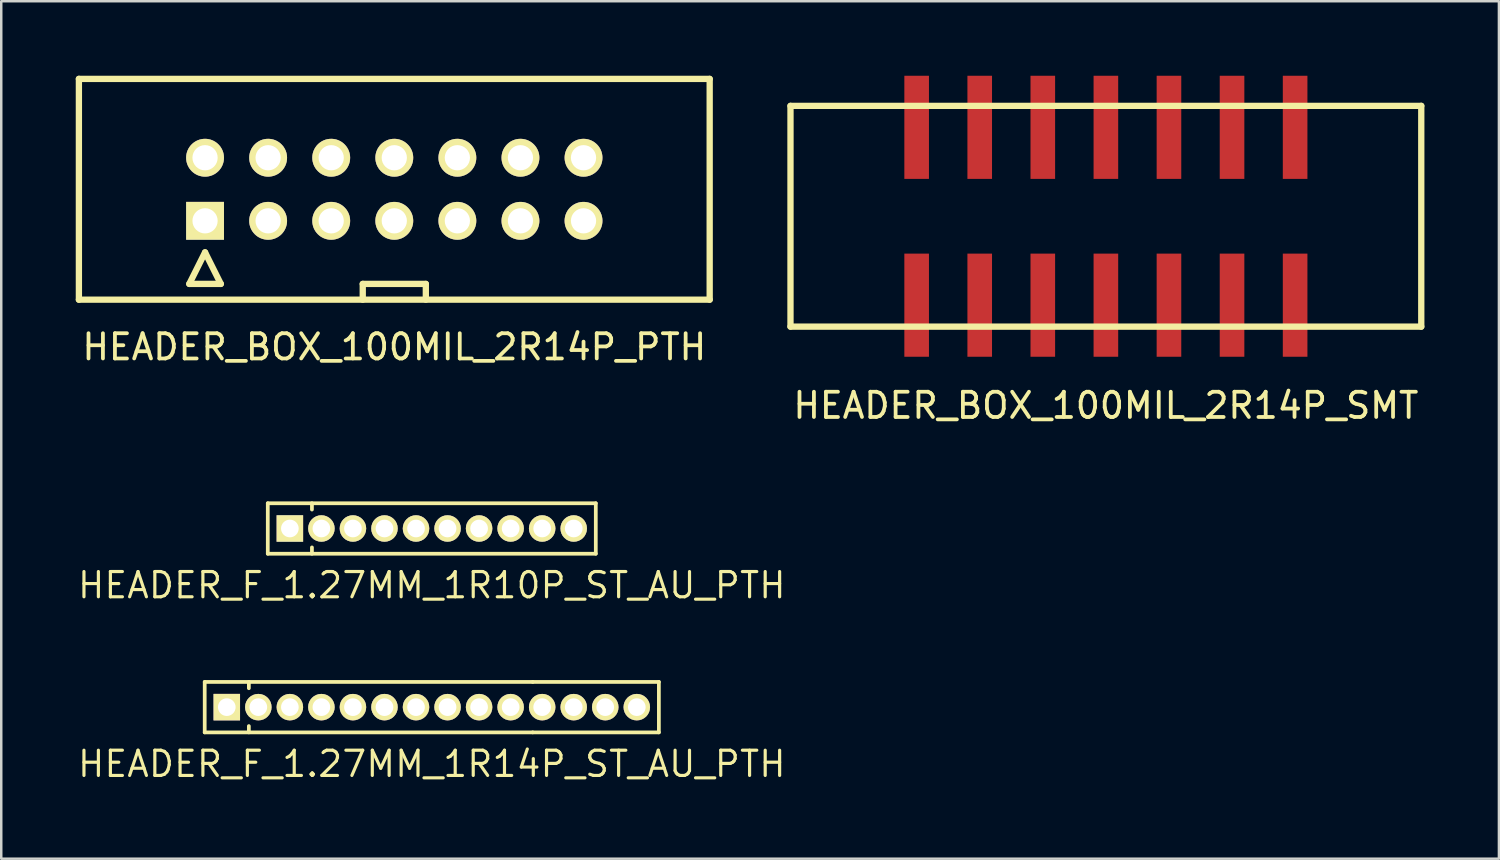
<source format=kicad_pcb>
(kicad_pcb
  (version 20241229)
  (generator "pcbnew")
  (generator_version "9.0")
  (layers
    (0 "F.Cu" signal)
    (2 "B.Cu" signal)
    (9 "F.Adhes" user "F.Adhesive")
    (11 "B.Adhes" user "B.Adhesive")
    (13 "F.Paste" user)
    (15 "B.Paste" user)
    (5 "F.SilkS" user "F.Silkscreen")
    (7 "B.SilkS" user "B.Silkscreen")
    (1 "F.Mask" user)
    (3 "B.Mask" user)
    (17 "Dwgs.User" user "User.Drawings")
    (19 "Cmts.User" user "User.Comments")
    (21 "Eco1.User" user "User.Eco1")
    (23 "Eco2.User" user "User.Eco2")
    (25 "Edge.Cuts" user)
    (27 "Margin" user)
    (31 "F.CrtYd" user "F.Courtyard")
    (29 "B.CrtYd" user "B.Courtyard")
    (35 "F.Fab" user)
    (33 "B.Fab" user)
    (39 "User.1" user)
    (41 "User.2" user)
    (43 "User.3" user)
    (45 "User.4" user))
  (footprint "HEADER_F_1.27MM_1R10P_ST_AU_PTH"
    (layer "F.Cu")
    (at 14.337 18.231)
    (property "Reference" "HEADER_F_1.27MM_1R10P_ST_AU_PTH" (at 0 2.286 0) (layer "F.SilkS") (effects (font (size 1.016 1.016) (thickness 0.127))))
    (attr through_hole)
    (fp_line (start -6.604 -1.016) (end -6.604 1.016) (stroke (width 0.15) (type solid)) (layer "F.SilkS"))
    (fp_line (start -6.604 1.016) (end 6.604 1.016) (stroke (width 0.15) (type solid)) (layer "F.SilkS"))
    (fp_line (start -4.826 -0.762) (end -4.826 -1.016) (stroke (width 0.15) (type solid)) (layer "F.SilkS"))
    (fp_line (start -4.826 0.762) (end -4.826 1.016) (stroke (width 0.15) (type solid)) (layer "F.SilkS"))
    (fp_line (start 6.604 -1.016) (end -6.604 -1.016) (stroke (width 0.15) (type solid)) (layer "F.SilkS"))
    (fp_line (start 6.604 1.016) (end 6.604 -1.016) (stroke (width 0.15) (type solid)) (layer "F.SilkS"))
    (pad "1" thru_hole rect (at -5.715 0) (size 1.067 1.067) (drill 0.711) (layers "*.Cu" "*.Mask" "F.SilkS"))
    (pad "2" thru_hole circle (at -4.445 0) (size 1.067 1.067) (drill 0.711) (layers "*.Cu" "*.Mask" "F.SilkS"))
    (pad "3" thru_hole circle (at -3.175 0) (size 1.067 1.067) (drill 0.711) (layers "*.Cu" "*.Mask" "F.SilkS"))
    (pad "4" thru_hole circle (at -1.905 0) (size 1.067 1.067) (drill 0.711) (layers "*.Cu" "*.Mask" "F.SilkS"))
    (pad "5" thru_hole circle (at -0.635 0) (size 1.067 1.067) (drill 0.711) (layers "*.Cu" "*.Mask" "F.SilkS"))
    (pad "6" thru_hole circle (at 0.635 0) (size 1.067 1.067) (drill 0.711) (layers "*.Cu" "*.Mask" "F.SilkS"))
    (pad "7" thru_hole circle (at 1.905 0) (size 1.067 1.067) (drill 0.711) (layers "*.Cu" "*.Mask" "F.SilkS"))
    (pad "8" thru_hole circle (at 3.175 0) (size 1.067 1.067) (drill 0.711) (layers "*.Cu" "*.Mask" "F.SilkS"))
    (pad "9" thru_hole circle (at 4.445 0) (size 1.067 1.067) (drill 0.711) (layers "*.Cu" "*.Mask" "F.SilkS"))
    (pad "10" thru_hole circle (at 5.715 0) (size 1.067 1.067) (drill 0.711) (layers "*.Cu" "*.Mask" "F.SilkS")))
  (footprint "HEADER_BOX_100MIL_2R14P_PTH"
    (layer "F.Cu")
    (at 12.827 4.572)
    (property "Reference" "HEADER_BOX_100MIL_2R14P_PTH" (at 0 6.35 0) (layer "F.SilkS") (effects (font (size 1.016 1.016) (thickness 0.152))))
    (attr through_hole)
    (fp_line (start -12.7 -4.445) (end -12.7 4.445) (stroke (width 0.254) (type solid)) (layer "F.SilkS"))
    (fp_line (start -12.7 4.445) (end 12.7 4.445) (stroke (width 0.254) (type solid)) (layer "F.SilkS"))
    (fp_line (start -8.255 3.81) (end -6.985 3.81) (stroke (width 0.254) (type solid)) (layer "F.SilkS"))
    (fp_line (start -7.62 2.54) (end -8.255 3.81) (stroke (width 0.254) (type solid)) (layer "F.SilkS"))
    (fp_line (start -6.985 3.81) (end -7.62 2.54) (stroke (width 0.254) (type solid)) (layer "F.SilkS"))
    (fp_line (start -1.27 3.81) (end 1.27 3.81) (stroke (width 0.254) (type solid)) (layer "F.SilkS"))
    (fp_line (start -1.27 4.445) (end -1.27 3.81) (stroke (width 0.254) (type solid)) (layer "F.SilkS"))
    (fp_line (start 1.27 3.81) (end 1.27 4.445) (stroke (width 0.254) (type solid)) (layer "F.SilkS"))
    (fp_line (start 12.7 -4.445) (end -12.7 -4.445) (stroke (width 0.254) (type solid)) (layer "F.SilkS"))
    (fp_line (start 12.7 -4.445) (end 12.7 4.445) (stroke (width 0.254) (type solid)) (layer "F.SilkS"))
    (pad "1" thru_hole rect (at -7.62 1.27) (size 1.524 1.524) (drill 1.016) (layers "*.Cu" "*.Mask" "F.SilkS"))
    (pad "2" thru_hole circle (at -7.62 -1.27) (size 1.524 1.524) (drill 1.016) (layers "*.Cu" "*.Mask" "F.SilkS"))
    (pad "3" thru_hole circle (at -5.08 1.27) (size 1.524 1.524) (drill 1.016) (layers "*.Cu" "*.Mask" "F.SilkS"))
    (pad "4" thru_hole circle (at -5.08 -1.27) (size 1.524 1.524) (drill 1.016) (layers "*.Cu" "*.Mask" "F.SilkS"))
    (pad "5" thru_hole circle (at -2.54 1.27) (size 1.524 1.524) (drill 1.016) (layers "*.Cu" "*.Mask" "F.SilkS"))
    (pad "6" thru_hole circle (at -2.54 -1.27) (size 1.524 1.524) (drill 1.016) (layers "*.Cu" "*.Mask" "F.SilkS"))
    (pad "7" thru_hole circle (at 0 1.27) (size 1.524 1.524) (drill 1.016) (layers "*.Cu" "*.Mask" "F.SilkS"))
    (pad "8" thru_hole circle (at 0 -1.27) (size 1.524 1.524) (drill 1.016) (layers "*.Cu" "*.Mask" "F.SilkS"))
    (pad "9" thru_hole circle (at 2.54 1.27) (size 1.524 1.524) (drill 1.016) (layers "*.Cu" "*.Mask" "F.SilkS"))
    (pad "10" thru_hole circle (at 2.54 -1.27) (size 1.524 1.524) (drill 1.016) (layers "*.Cu" "*.Mask" "F.SilkS"))
    (pad "11" thru_hole circle (at 5.08 1.27) (size 1.524 1.524) (drill 1.016) (layers "*.Cu" "*.Mask" "F.SilkS"))
    (pad "12" thru_hole circle (at 5.08 -1.27) (size 1.524 1.524) (drill 1.016) (layers "*.Cu" "*.Mask" "F.SilkS"))
    (pad "13" thru_hole circle (at 7.62 1.27) (size 1.524 1.524) (drill 1.016) (layers "*.Cu" "*.Mask" "F.SilkS"))
    (pad "14" thru_hole circle (at 7.62 -1.27) (size 1.524 1.524) (drill 1.016) (layers "*.Cu" "*.Mask" "F.SilkS")))
  (footprint "HEADER_BOX_100MIL_2R14P_SMT"
    (layer "F.Cu")
    (at 41.481 5.658)
    (property "Reference" "HEADER_BOX_100MIL_2R14P_SMT" (at 0 7.62 0) (layer "F.SilkS") (effects (font (size 1.016 1.016) (thickness 0.152))))
    (attr through_hole)
    (fp_line (start -12.7 -4.445) (end -12.7 4.445) (stroke (width 0.254) (type solid)) (layer "F.SilkS"))
    (fp_line (start -12.7 4.445) (end 12.7 4.445) (stroke (width 0.254) (type solid)) (layer "F.SilkS"))
    (fp_line (start 12.7 -4.445) (end -12.7 -4.445) (stroke (width 0.254) (type solid)) (layer "F.SilkS"))
    (fp_line (start 12.7 -4.445) (end 12.7 4.445) (stroke (width 0.254) (type solid)) (layer "F.SilkS"))
    (pad "1" smd rect (at -7.62 3.581) (size 0.991 4.153) (layers "F.Cu" "F.Mask" "F.Paste"))
    (pad "2" smd rect (at -7.62 -3.581) (size 0.991 4.153) (layers "F.Cu" "F.Mask" "F.Paste"))
    (pad "3" smd rect (at -5.08 3.581) (size 0.991 4.153) (layers "F.Cu" "F.Mask" "F.Paste"))
    (pad "4" smd rect (at -5.08 -3.581) (size 0.991 4.153) (layers "F.Cu" "F.Mask" "F.Paste"))
    (pad "5" smd rect (at -2.54 3.581) (size 0.991 4.153) (layers "F.Cu" "F.Mask" "F.Paste"))
    (pad "6" smd rect (at -2.54 -3.581) (size 0.991 4.153) (layers "F.Cu" "F.Mask" "F.Paste"))
    (pad "7" smd rect (at 0 3.581) (size 0.991 4.153) (layers "F.Cu" "F.Mask" "F.Paste"))
    (pad "8" smd rect (at 0 -3.581) (size 0.991 4.153) (layers "F.Cu" "F.Mask" "F.Paste"))
    (pad "9" smd rect (at 2.54 3.581) (size 0.991 4.153) (layers "F.Cu" "F.Mask" "F.Paste"))
    (pad "10" smd rect (at 2.54 -3.581) (size 0.991 4.153) (layers "F.Cu" "F.Mask" "F.Paste"))
    (pad "11" smd rect (at 5.08 3.581) (size 0.991 4.153) (layers "F.Cu" "F.Mask" "F.Paste"))
    (pad "12" smd rect (at 5.08 -3.581) (size 0.991 4.153) (layers "F.Cu" "F.Mask" "F.Paste"))
    (pad "13" smd rect (at 7.62 3.581) (size 0.991 4.153) (layers "F.Cu" "F.Mask" "F.Paste"))
    (pad "14" smd rect (at 7.62 -3.581) (size 0.991 4.153) (layers "F.Cu" "F.Mask" "F.Paste")))
  (footprint "HEADER_F_1.27MM_1R14P_ST_AU_PTH"
    (layer "F.Cu")
    (at 14.337 25.425)
    (property "Reference" "HEADER_F_1.27MM_1R14P_ST_AU_PTH" (at 0 2.286 0) (layer "F.SilkS") (effects (font (size 1.016 1.016) (thickness 0.127))))
    (attr through_hole)
    (fp_line (start -9.144 -1.016) (end -9.144 1.016) (stroke (width 0.15) (type solid)) (layer "F.SilkS"))
    (fp_line (start -9.144 1.016) (end 4.064 1.016) (stroke (width 0.15) (type solid)) (layer "F.SilkS"))
    (fp_line (start -7.366 -0.762) (end -7.366 -1.016) (stroke (width 0.15) (type solid)) (layer "F.SilkS"))
    (fp_line (start -7.366 0.762) (end -7.366 1.016) (stroke (width 0.15) (type solid)) (layer "F.SilkS"))
    (fp_line (start 4.064 -1.016) (end -9.144 -1.016) (stroke (width 0.15) (type solid)) (layer "F.SilkS"))
    (fp_line (start 4.064 -1.016) (end 9.144 -1.016) (stroke (width 0.15) (type solid)) (layer "F.SilkS"))
    (fp_line (start 9.144 1.016) (end 4.064 1.016) (stroke (width 0.15) (type solid)) (layer "F.SilkS"))
    (fp_line (start 9.144 1.016) (end 9.144 -1.016) (stroke (width 0.15) (type solid)) (layer "F.SilkS"))
    (pad "1" thru_hole rect (at -8.255 0) (size 1.067 1.067) (drill 0.711) (layers "*.Cu" "*.Mask" "F.SilkS"))
    (pad "2" thru_hole circle (at -6.985 0) (size 1.067 1.067) (drill 0.711) (layers "*.Cu" "*.Mask" "F.SilkS"))
    (pad "3" thru_hole circle (at -5.715 0) (size 1.067 1.067) (drill 0.711) (layers "*.Cu" "*.Mask" "F.SilkS"))
    (pad "4" thru_hole circle (at -4.445 0) (size 1.067 1.067) (drill 0.711) (layers "*.Cu" "*.Mask" "F.SilkS"))
    (pad "5" thru_hole circle (at -3.175 0) (size 1.067 1.067) (drill 0.711) (layers "*.Cu" "*.Mask" "F.SilkS"))
    (pad "6" thru_hole circle (at -1.905 0) (size 1.067 1.067) (drill 0.711) (layers "*.Cu" "*.Mask" "F.SilkS"))
    (pad "7" thru_hole circle (at -0.635 0) (size 1.067 1.067) (drill 0.711) (layers "*.Cu" "*.Mask" "F.SilkS"))
    (pad "8" thru_hole circle (at 0.635 0) (size 1.067 1.067) (drill 0.711) (layers "*.Cu" "*.Mask" "F.SilkS"))
    (pad "9" thru_hole circle (at 1.905 0) (size 1.067 1.067) (drill 0.711) (layers "*.Cu" "*.Mask" "F.SilkS"))
    (pad "10" thru_hole circle (at 3.175 0) (size 1.067 1.067) (drill 0.711) (layers "*.Cu" "*.Mask" "F.SilkS"))
    (pad "11" thru_hole circle (at 4.445 0) (size 1.067 1.067) (drill 0.711) (layers "*.Cu" "*.Mask" "F.SilkS"))
    (pad "12" thru_hole circle (at 5.715 0) (size 1.067 1.067) (drill 0.711) (layers "*.Cu" "*.Mask" "F.SilkS"))
    (pad "13" thru_hole circle (at 6.985 0) (size 1.067 1.067) (drill 0.711) (layers "*.Cu" "*.Mask" "F.SilkS"))
    (pad "14" thru_hole circle (at 8.255 0) (size 1.067 1.067) (drill 0.711) (layers "*.Cu" "*.Mask" "F.SilkS")))
  (gr_rect
    (start -3 -3)
    (end 57.308 31.528)
    (stroke (width 0.1) (type default))
    (fill no)
    (layer "Edge.Cuts")))
</source>
